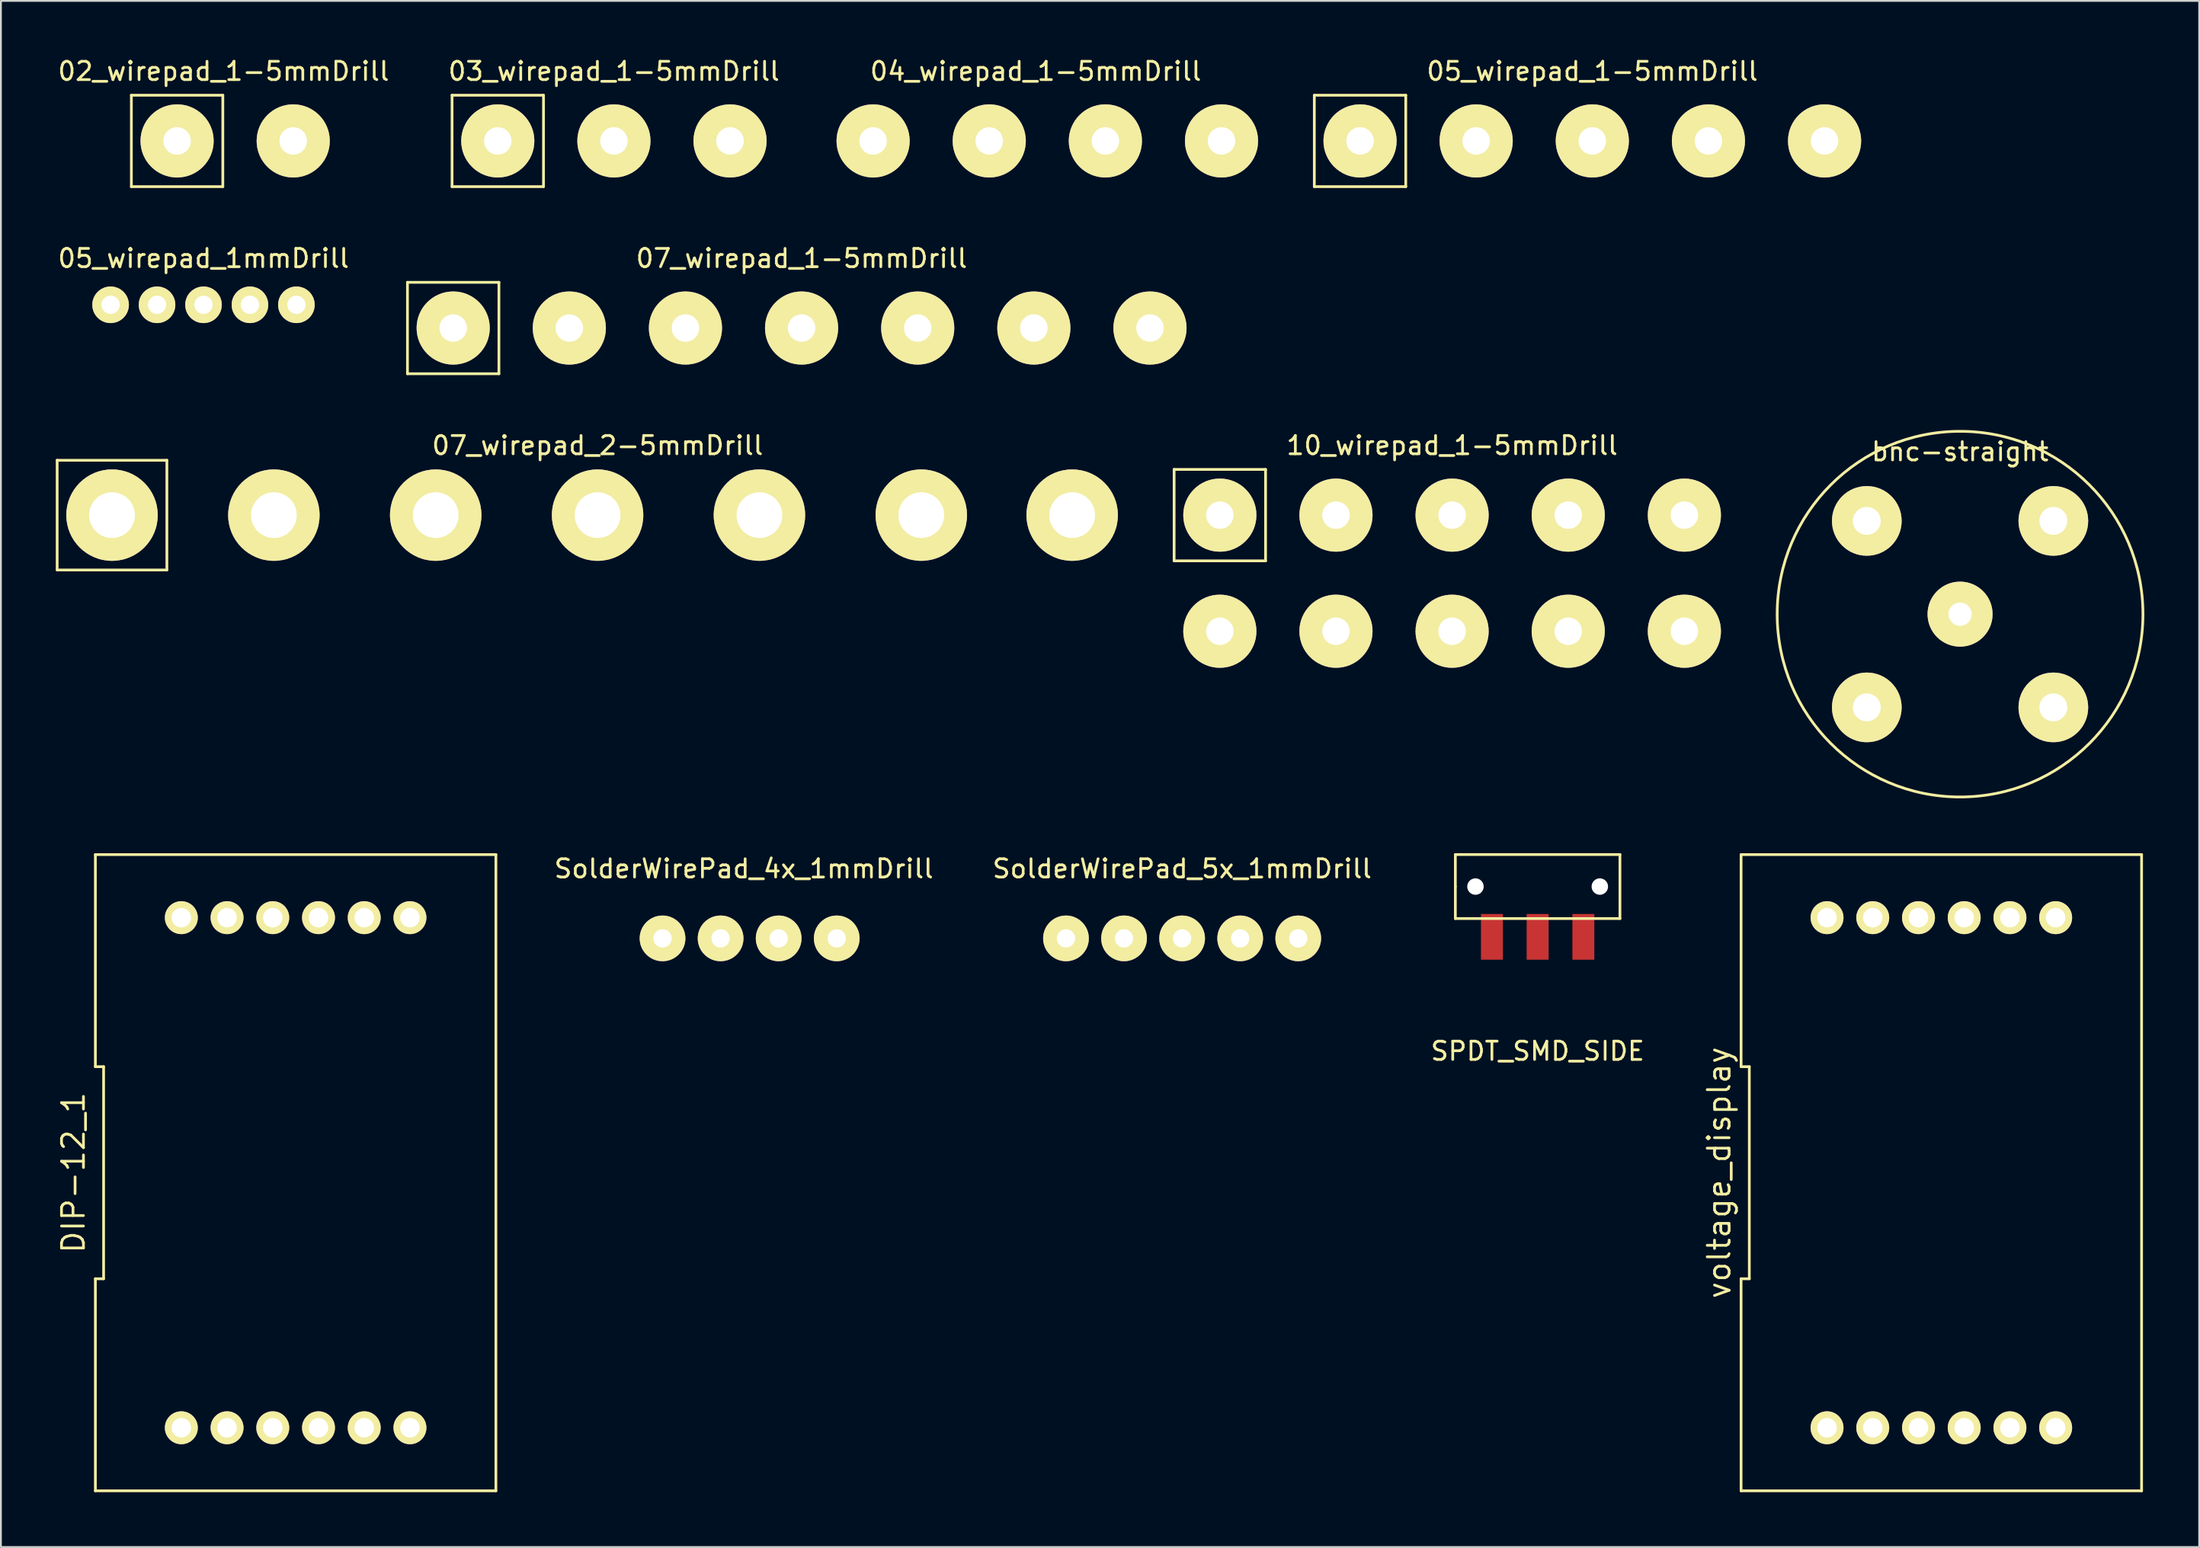
<source format=kicad_pcb>
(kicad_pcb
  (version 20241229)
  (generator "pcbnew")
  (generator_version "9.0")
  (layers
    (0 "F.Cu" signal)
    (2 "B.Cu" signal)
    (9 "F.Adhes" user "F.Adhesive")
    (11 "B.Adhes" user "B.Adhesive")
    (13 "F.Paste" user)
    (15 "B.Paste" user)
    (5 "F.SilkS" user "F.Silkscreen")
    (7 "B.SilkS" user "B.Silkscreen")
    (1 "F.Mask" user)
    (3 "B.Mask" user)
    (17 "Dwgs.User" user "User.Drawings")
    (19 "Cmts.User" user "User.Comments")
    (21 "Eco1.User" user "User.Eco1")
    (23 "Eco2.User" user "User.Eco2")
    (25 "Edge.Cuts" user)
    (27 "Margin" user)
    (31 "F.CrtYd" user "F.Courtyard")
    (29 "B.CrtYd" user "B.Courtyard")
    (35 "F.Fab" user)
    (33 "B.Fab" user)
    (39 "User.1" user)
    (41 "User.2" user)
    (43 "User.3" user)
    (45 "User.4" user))
  (footprint "SolderWirePad_4x_1mmDrill"
    (layer "F.Cu")
    (at 37.622 48.275)
    (property "Reference" "SolderWirePad_4x_1mmDrill" (at 0 -3.81 0) (layer "F.SilkS") (effects (font (size 1 1) (thickness 0.15))))
    (attr through_hole)
    (pad "1" thru_hole circle (at -4.445 0) (size 2.499 2.499) (drill 1.001) (layers "*.Cu" "*.Mask" "F.SilkS"))
    (pad "1" thru_hole circle (at -1.27 0) (size 2.499 2.499) (drill 1.001) (layers "*.Cu" "*.Mask" "F.SilkS"))
    (pad "1" thru_hole circle (at 1.905 0) (size 2.499 2.499) (drill 1.001) (layers "*.Cu" "*.Mask" "F.SilkS"))
    (pad "1" thru_hole circle (at 5.08 0) (size 2.499 2.499) (drill 1.001) (layers "*.Cu" "*.Mask" "F.SilkS")))
  (footprint "07_wirepad_1-5mmDrill"
    (layer "F.Cu")
    (at 21.73 14.892)
    (property "Reference" "07_wirepad_1-5mmDrill" (at 19.05 -3.81 0) (layer "F.SilkS") (effects (font (size 1 1) (thickness 0.15))))
    (attr through_hole)
    (fp_line (start -2.5 -2.5) (end 2.5 -2.5) (stroke (width 0.15) (type solid)) (layer "F.SilkS"))
    (fp_line (start -2.5 2.5) (end -2.5 -2.5) (stroke (width 0.15) (type solid)) (layer "F.SilkS"))
    (fp_line (start 2.5 -2.5) (end 2.5 2.5) (stroke (width 0.15) (type solid)) (layer "F.SilkS"))
    (fp_line (start 2.5 2.5) (end -2.5 2.5) (stroke (width 0.15) (type solid)) (layer "F.SilkS"))
    (pad "1" thru_hole circle (at 0 0) (size 4 4) (drill 1.501) (layers "*.Cu" "*.Mask" "F.SilkS"))
    (pad "2" thru_hole circle (at 6.35 0) (size 4 4) (drill 1.501) (layers "*.Cu" "*.Mask" "F.SilkS"))
    (pad "3" thru_hole circle (at 12.7 0) (size 4 4) (drill 1.501) (layers "*.Cu" "*.Mask" "F.SilkS"))
    (pad "4" thru_hole circle (at 19.05 0) (size 4 4) (drill 1.501) (layers "*.Cu" "*.Mask" "F.SilkS"))
    (pad "5" thru_hole circle (at 25.4 0) (size 4 4) (drill 1.501) (layers "*.Cu" "*.Mask" "F.SilkS"))
    (pad "6" thru_hole circle (at 31.75 0) (size 4 4) (drill 1.501) (layers "*.Cu" "*.Mask" "F.SilkS"))
    (pad "7" thru_hole circle (at 38.1 0) (size 4 4) (drill 1.501) (layers "*.Cu" "*.Mask" "F.SilkS")))
  (footprint "05_wirepad_1-5mmDrill"
    (layer "F.Cu")
    (at 71.316 4.658)
    (property "Reference" "05_wirepad_1-5mmDrill" (at 12.7 -3.81 0) (layer "F.SilkS") (effects (font (size 1 1) (thickness 0.15))))
    (attr through_hole)
    (fp_line (start -2.5 -2.5) (end 2.5 -2.5) (stroke (width 0.15) (type solid)) (layer "F.SilkS"))
    (fp_line (start -2.5 2.5) (end -2.5 -2.5) (stroke (width 0.15) (type solid)) (layer "F.SilkS"))
    (fp_line (start 2.5 -2.5) (end 2.5 2.5) (stroke (width 0.15) (type solid)) (layer "F.SilkS"))
    (fp_line (start 2.5 2.5) (end -2.5 2.5) (stroke (width 0.15) (type solid)) (layer "F.SilkS"))
    (pad "1" thru_hole circle (at 0 0) (size 4 4) (drill 1.501) (layers "*.Cu" "*.Mask" "F.SilkS"))
    (pad "2" thru_hole circle (at 6.35 0) (size 4 4) (drill 1.501) (layers "*.Cu" "*.Mask" "F.SilkS"))
    (pad "3" thru_hole circle (at 12.7 0) (size 4 4) (drill 1.501) (layers "*.Cu" "*.Mask" "F.SilkS"))
    (pad "4" thru_hole circle (at 19.05 0) (size 4 4) (drill 1.501) (layers "*.Cu" "*.Mask" "F.SilkS"))
    (pad "5" thru_hole circle (at 25.4 0) (size 4 4) (drill 1.501) (layers "*.Cu" "*.Mask" "F.SilkS")))
  (footprint "SPDT_SMD_SIDE"
    (layer "F.Cu")
    (at 81.027 45.441)
    (property "Reference" "SPDT_SMD_SIDE" (at 0 9 0) (layer "F.SilkS") (effects (font (size 1 1) (thickness 0.15))))
    (attr through_hole)
    (fp_line (start -4.5 -1.75) (end 4.5 -1.75) (stroke (width 0.15) (type solid)) (layer "F.SilkS"))
    (fp_line (start -4.5 0) (end -4.5 -1.75) (stroke (width 0.15) (type solid)) (layer "F.SilkS"))
    (fp_line (start -4.5 1.75) (end -4.5 0) (stroke (width 0.15) (type solid)) (layer "F.SilkS"))
    (fp_line (start 4.5 -1.75) (end 4.5 1.75) (stroke (width 0.15) (type solid)) (layer "F.SilkS"))
    (fp_line (start 4.5 1.75) (end -4.5 1.75) (stroke (width 0.15) (type solid)) (layer "F.SilkS"))
    (pad "" np_thru_hole circle (at -3.4 0) (size 0.9 0.9) (drill 0.9) (layers "*.Cu" "*.Mask"))
    (pad "" np_thru_hole circle (at 3.4 0) (size 0.9 0.9) (drill 0.9) (layers "*.Cu" "*.Mask"))
    (pad "1" smd rect (at -2.5 4) (size 1.2 2.5) (drill (offset 0 -1.25)) (layers "F.Cu" "F.Mask" "F.Paste"))
    (pad "2" smd rect (at 0 4) (size 1.2 2.5) (drill (offset 0 -1.25)) (layers "F.Cu" "F.Mask" "F.Paste"))
    (pad "3" smd rect (at 2.5 4) (size 1.2 2.5) (drill (offset 0 -1.25)) (layers "F.Cu" "F.Mask" "F.Paste")))
  (footprint "SolderWirePad_5x_1mmDrill"
    (layer "F.Cu")
    (at 61.587 48.275)
    (property "Reference" "SolderWirePad_5x_1mmDrill" (at 0 -3.81 0) (layer "F.SilkS") (effects (font (size 1 1) (thickness 0.15))))
    (attr through_hole)
    (pad "1" thru_hole circle (at -6.35 0) (size 2.499 2.499) (drill 1.001) (layers "*.Cu" "*.Mask" "F.SilkS"))
    (pad "1" thru_hole circle (at -3.175 0) (size 2.499 2.499) (drill 1.001) (layers "*.Cu" "*.Mask" "F.SilkS"))
    (pad "1" thru_hole circle (at 0 0) (size 2.499 2.499) (drill 1.001) (layers "*.Cu" "*.Mask" "F.SilkS"))
    (pad "1" thru_hole circle (at 3.175 0) (size 2.499 2.499) (drill 1.001) (layers "*.Cu" "*.Mask" "F.SilkS"))
    (pad "1" thru_hole circle (at 6.35 0) (size 2.499 2.499) (drill 1.001) (layers "*.Cu" "*.Mask" "F.SilkS")))
  (footprint "05_wirepad_1mmDrill"
    (layer "F.Cu")
    (at 2.997 13.621)
    (property "Reference" "05_wirepad_1mmDrill" (at 5.08 -2.54 0) (layer "F.SilkS") (effects (font (size 1 1) (thickness 0.15))))
    (attr through_hole)
    (pad "1" thru_hole circle (at 0 0) (size 2 2) (drill 1) (layers "*.Cu" "*.Mask" "F.SilkS"))
    (pad "2" thru_hole circle (at 2.54 0) (size 2 2) (drill 1) (layers "*.Cu" "*.Mask" "F.SilkS"))
    (pad "3" thru_hole circle (at 5.08 0) (size 2 2) (drill 1) (layers "*.Cu" "*.Mask" "F.SilkS"))
    (pad "4" thru_hole circle (at 7.62 0) (size 2 2) (drill 1) (layers "*.Cu" "*.Mask" "F.SilkS"))
    (pad "5" thru_hole circle (at 10.16 0) (size 2 2) (drill 1) (layers "*.Cu" "*.Mask" "F.SilkS")))
  (footprint "10_wirepad_1-5mmDrill"
    (layer "F.Cu")
    (at 63.65 25.125)
    (property "Reference" "10_wirepad_1-5mmDrill" (at 12.7 -3.81 0) (layer "F.SilkS") (effects (font (size 1 1) (thickness 0.15))))
    (attr through_hole)
    (fp_line (start -2.5 -2.5) (end -2.5 2.5) (stroke (width 0.15) (type solid)) (layer "F.SilkS"))
    (fp_line (start -2.5 2.5) (end 2.5 2.5) (stroke (width 0.15) (type solid)) (layer "F.SilkS"))
    (fp_line (start 2.5 -2.5) (end -2.5 -2.5) (stroke (width 0.15) (type solid)) (layer "F.SilkS"))
    (fp_line (start 2.5 2.5) (end 2.5 -2.5) (stroke (width 0.15) (type solid)) (layer "F.SilkS"))
    (pad "1" thru_hole circle (at 0 0) (size 4 4) (drill 1.501) (layers "*.Cu" "*.Mask" "F.SilkS"))
    (pad "2" thru_hole circle (at 6.35 0) (size 4 4) (drill 1.501) (layers "*.Cu" "*.Mask" "F.SilkS"))
    (pad "3" thru_hole circle (at 12.7 0) (size 4 4) (drill 1.501) (layers "*.Cu" "*.Mask" "F.SilkS"))
    (pad "4" thru_hole circle (at 19.05 0) (size 4 4) (drill 1.501) (layers "*.Cu" "*.Mask" "F.SilkS"))
    (pad "5" thru_hole circle (at 25.4 0) (size 4 4) (drill 1.501) (layers "*.Cu" "*.Mask" "F.SilkS"))
    (pad "6" thru_hole circle (at 0 6.35) (size 4 4) (drill 1.501) (layers "*.Cu" "*.Mask" "F.SilkS"))
    (pad "7" thru_hole circle (at 6.35 6.35) (size 4 4) (drill 1.501) (layers "*.Cu" "*.Mask" "F.SilkS"))
    (pad "8" thru_hole circle (at 12.7 6.35) (size 4 4) (drill 1.501) (layers "*.Cu" "*.Mask" "F.SilkS"))
    (pad "9" thru_hole circle (at 19.05 6.35) (size 4 4) (drill 1.501) (layers "*.Cu" "*.Mask" "F.SilkS"))
    (pad "10" thru_hole circle (at 25.4 6.35) (size 4 4) (drill 1.501) (layers "*.Cu" "*.Mask" "F.SilkS")))
  (footprint "02_wirepad_1-5mmDrill"
    (layer "F.Cu")
    (at 6.633 4.658)
    (property "Reference" "02_wirepad_1-5mmDrill" (at 2.54 -3.81 0) (layer "F.SilkS") (effects (font (size 1 1) (thickness 0.15))))
    (attr through_hole)
    (fp_line (start -2.5 -2.5) (end 2.5 -2.5) (stroke (width 0.15) (type solid)) (layer "F.SilkS"))
    (fp_line (start -2.5 2.5) (end -2.5 -2.5) (stroke (width 0.15) (type solid)) (layer "F.SilkS"))
    (fp_line (start 2.5 -2.5) (end 2.5 2.5) (stroke (width 0.15) (type solid)) (layer "F.SilkS"))
    (fp_line (start 2.5 2.5) (end -2.5 2.5) (stroke (width 0.15) (type solid)) (layer "F.SilkS"))
    (pad "1" thru_hole circle (at 0 0) (size 4 4) (drill 1.501) (layers "*.Cu" "*.Mask" "F.SilkS"))
    (pad "2" thru_hole circle (at 6.35 0) (size 4 4) (drill 1.501) (layers "*.Cu" "*.Mask" "F.SilkS")))
  (footprint "voltage_display"
    (layer "F.Cu")
    (at 103.101 61.092)
    (property "Reference" "voltage_display" (at -12.15 0 90) (layer "F.SilkS") (effects (font (size 1.2 1.2) (thickness 0.15))))
    (attr through_hole)
    (fp_line (start -10.95 -5.8) (end -10.5 -5.8) (stroke (width 0.15) (type solid)) (layer "F.SilkS"))
    (fp_line (start -10.95 5.8) (end -10.95 17.4) (stroke (width 0.15) (type solid)) (layer "F.SilkS"))
    (fp_line (start -10.95 17.4) (end 10.95 17.4) (stroke (width 0.15) (type solid)) (layer "F.SilkS"))
    (fp_line (start -10.95 -17.4) (end -10.95 -5.8) (stroke (width 0.15) (type solid)) (layer "F.SilkS"))
    (fp_line (start -10.5 -5.8) (end -10.5 5.8) (stroke (width 0.15) (type solid)) (layer "F.SilkS"))
    (fp_line (start -10.5 5.8) (end -10.95 5.8) (stroke (width 0.15) (type solid)) (layer "F.SilkS"))
    (fp_line (start 10.95 17.4) (end 10.95 -17.4) (stroke (width 0.15) (type solid)) (layer "F.SilkS"))
    (fp_line (start 10.95 -17.4) (end -10.95 -17.4) (stroke (width 0.15) (type solid)) (layer "F.SilkS"))
    (pad "1" thru_hole circle (at -6.25 13.95) (size 1.8 1.8) (drill 1.067) (layers "*.Cu" "*.Mask" "F.SilkS"))
    (pad "2" thru_hole circle (at -3.75 13.95) (size 1.8 1.8) (drill 1.067) (layers "*.Cu" "*.Mask" "F.SilkS"))
    (pad "3" thru_hole circle (at -1.25 13.95) (size 1.8 1.8) (drill 1.067) (layers "*.Cu" "*.Mask" "F.SilkS"))
    (pad "4" thru_hole circle (at 1.25 13.95) (size 1.8 1.8) (drill 1.067) (layers "*.Cu" "*.Mask" "F.SilkS"))
    (pad "5" thru_hole circle (at 3.75 13.95) (size 1.8 1.8) (drill 1.067) (layers "*.Cu" "*.Mask" "F.SilkS"))
    (pad "6" thru_hole circle (at 6.25 13.95) (size 1.8 1.8) (drill 1.067) (layers "*.Cu" "*.Mask" "F.SilkS"))
    (pad "7" thru_hole circle (at 6.25 -13.95) (size 1.8 1.8) (drill 1.067) (layers "*.Cu" "*.Mask" "F.SilkS"))
    (pad "8" thru_hole circle (at 3.75 -13.95) (size 1.8 1.8) (drill 1.067) (layers "*.Cu" "*.Mask" "F.SilkS"))
    (pad "9" thru_hole circle (at 1.25 -13.95) (size 1.8 1.8) (drill 1.067) (layers "*.Cu" "*.Mask" "F.SilkS"))
    (pad "10" thru_hole circle (at -1.25 -13.95) (size 1.8 1.8) (drill 1.067) (layers "*.Cu" "*.Mask" "F.SilkS"))
    (pad "11" thru_hole circle (at -3.75 -13.95) (size 1.8 1.8) (drill 1.067) (layers "*.Cu" "*.Mask" "F.SilkS"))
    (pad "12" thru_hole circle (at -6.25 -13.95) (size 1.8 1.8) (drill 1.067) (layers "*.Cu" "*.Mask" "F.SilkS")))
  (footprint "07_wirepad_2-5mmDrill"
    (layer "F.Cu")
    (at 3.075 25.125)
    (property "Reference" "07_wirepad_2-5mmDrill" (at 26.55 -3.81 0) (layer "F.SilkS") (effects (font (size 1 1) (thickness 0.15))))
    (attr through_hole)
    (fp_line (start -3 -3) (end 3 -3) (stroke (width 0.15) (type solid)) (layer "F.SilkS"))
    (fp_line (start -3 3) (end -3 -3) (stroke (width 0.15) (type solid)) (layer "F.SilkS"))
    (fp_line (start 3 -3) (end 3 3) (stroke (width 0.15) (type solid)) (layer "F.SilkS"))
    (fp_line (start 3 3) (end -3 3) (stroke (width 0.15) (type solid)) (layer "F.SilkS"))
    (pad "1" thru_hole circle (at 0 0) (size 5 5) (drill 2.5) (layers "*.Cu" "*.Mask" "F.SilkS"))
    (pad "2" thru_hole circle (at 8.85 0) (size 5 5) (drill 2.5) (layers "*.Cu" "*.Mask" "F.SilkS"))
    (pad "3" thru_hole circle (at 17.7 0) (size 5 5) (drill 2.5) (layers "*.Cu" "*.Mask" "F.SilkS"))
    (pad "4" thru_hole circle (at 26.55 0) (size 5 5) (drill 2.5) (layers "*.Cu" "*.Mask" "F.SilkS"))
    (pad "5" thru_hole circle (at 35.4 0) (size 5 5) (drill 2.5) (layers "*.Cu" "*.Mask" "F.SilkS"))
    (pad "6" thru_hole circle (at 44.25 0) (size 5 5) (drill 2.5) (layers "*.Cu" "*.Mask" "F.SilkS"))
    (pad "7" thru_hole circle (at 52.5 0) (size 5 5) (drill 2.5) (layers "*.Cu" "*.Mask" "F.SilkS")))
  (footprint "DIP-12_1"
    (layer "F.Cu")
    (at 13.115 61.092)
    (property "Reference" "DIP-12_1" (at -12.15 0 90) (layer "F.SilkS") (effects (font (size 1.2 1.2) (thickness 0.15))))
    (attr through_hole)
    (fp_line (start -10.95 -5.8) (end -10.5 -5.8) (stroke (width 0.15) (type solid)) (layer "F.SilkS"))
    (fp_line (start -10.95 5.8) (end -10.95 17.4) (stroke (width 0.15) (type solid)) (layer "F.SilkS"))
    (fp_line (start -10.95 17.4) (end 10.95 17.4) (stroke (width 0.15) (type solid)) (layer "F.SilkS"))
    (fp_line (start -10.95 -17.4) (end -10.95 -5.8) (stroke (width 0.15) (type solid)) (layer "F.SilkS"))
    (fp_line (start -10.5 -5.8) (end -10.5 5.8) (stroke (width 0.15) (type solid)) (layer "F.SilkS"))
    (fp_line (start -10.5 5.8) (end -10.95 5.8) (stroke (width 0.15) (type solid)) (layer "F.SilkS"))
    (fp_line (start 10.95 17.4) (end 10.95 -17.4) (stroke (width 0.15) (type solid)) (layer "F.SilkS"))
    (fp_line (start 10.95 -17.4) (end -10.95 -17.4) (stroke (width 0.15) (type solid)) (layer "F.SilkS"))
    (pad "1" thru_hole circle (at -6.25 13.95) (size 1.8 1.8) (drill 1.067) (layers "*.Cu" "*.Mask" "F.SilkS"))
    (pad "2" thru_hole circle (at -3.75 13.95) (size 1.8 1.8) (drill 1.067) (layers "*.Cu" "*.Mask" "F.SilkS"))
    (pad "3" thru_hole circle (at -1.25 13.95) (size 1.8 1.8) (drill 1.067) (layers "*.Cu" "*.Mask" "F.SilkS"))
    (pad "4" thru_hole circle (at 1.25 13.95) (size 1.8 1.8) (drill 1.067) (layers "*.Cu" "*.Mask" "F.SilkS"))
    (pad "5" thru_hole circle (at 3.75 13.95) (size 1.8 1.8) (drill 1.067) (layers "*.Cu" "*.Mask" "F.SilkS"))
    (pad "6" thru_hole circle (at 6.25 13.95) (size 1.8 1.8) (drill 1.067) (layers "*.Cu" "*.Mask" "F.SilkS"))
    (pad "7" thru_hole circle (at 6.25 -13.95) (size 1.8 1.8) (drill 1.067) (layers "*.Cu" "*.Mask" "F.SilkS"))
    (pad "8" thru_hole circle (at 3.75 -13.95) (size 1.8 1.8) (drill 1.067) (layers "*.Cu" "*.Mask" "F.SilkS"))
    (pad "9" thru_hole circle (at 1.25 -13.95) (size 1.8 1.8) (drill 1.067) (layers "*.Cu" "*.Mask" "F.SilkS"))
    (pad "10" thru_hole circle (at -1.25 -13.95) (size 1.8 1.8) (drill 1.067) (layers "*.Cu" "*.Mask" "F.SilkS"))
    (pad "11" thru_hole circle (at -3.75 -13.95) (size 1.8 1.8) (drill 1.067) (layers "*.Cu" "*.Mask" "F.SilkS"))
    (pad "12" thru_hole circle (at -6.25 -13.95) (size 1.8 1.8) (drill 1.067) (layers "*.Cu" "*.Mask" "F.SilkS")))
  (footprint "04_wirepad_1-5mmDrill"
    (layer "F.Cu")
    (at 44.691 4.658)
    (property "Reference" "04_wirepad_1-5mmDrill" (at 8.89 -3.81 0) (layer "F.SilkS") (effects (font (size 1 1) (thickness 0.15))))
    (attr through_hole)
    (pad "1" thru_hole circle (at 0 0) (size 4 4) (drill 1.501) (layers "*.Cu" "*.Mask" "F.SilkS"))
    (pad "2" thru_hole circle (at 6.35 0) (size 4 4) (drill 1.501) (layers "*.Cu" "*.Mask" "F.SilkS"))
    (pad "3" thru_hole circle (at 12.7 0) (size 4 4) (drill 1.501) (layers "*.Cu" "*.Mask" "F.SilkS"))
    (pad "4" thru_hole circle (at 19.05 0) (size 4 4) (drill 1.501) (layers "*.Cu" "*.Mask" "F.SilkS")))
  (footprint "03_wirepad_1-5mmDrill"
    (layer "F.Cu")
    (at 24.168 4.658)
    (property "Reference" "03_wirepad_1-5mmDrill" (at 6.35 -3.81 0) (layer "F.SilkS") (effects (font (size 1 1) (thickness 0.15))))
    (attr through_hole)
    (fp_line (start -2.5 -2.5) (end 2.5 -2.5) (stroke (width 0.15) (type solid)) (layer "F.SilkS"))
    (fp_line (start -2.5 2.5) (end -2.5 -2.5) (stroke (width 0.15) (type solid)) (layer "F.SilkS"))
    (fp_line (start 2.5 -2.5) (end 2.5 2.5) (stroke (width 0.15) (type solid)) (layer "F.SilkS"))
    (fp_line (start 2.5 2.5) (end -2.5 2.5) (stroke (width 0.15) (type solid)) (layer "F.SilkS"))
    (pad "1" thru_hole circle (at 0 0) (size 4 4) (drill 1.501) (layers "*.Cu" "*.Mask" "F.SilkS"))
    (pad "2" thru_hole circle (at 6.35 0) (size 4 4) (drill 1.501) (layers "*.Cu" "*.Mask" "F.SilkS"))
    (pad "3" thru_hole circle (at 12.7 0) (size 4 4) (drill 1.501) (layers "*.Cu" "*.Mask" "F.SilkS")))
  (footprint "bnc-straight"
    (layer "F.Cu")
    (at 104.125 30.541)
    (property "Reference" "bnc-straight" (at 0 -8.89 0) (layer "F.SilkS") (effects (font (size 1 1) (thickness 0.15))))
    (attr through_hole)
    (fp_circle (center 0 0) (end -10 0) (stroke (width 0.15) (type solid)) (fill no) (layer "F.SilkS"))
    (pad "1" thru_hole circle (at 0 0) (size 3.556 3.556) (drill 1.27) (layers "*.Cu" "*.Mask" "F.SilkS"))
    (pad "2" thru_hole circle (at -5.1 -5.1) (size 3.81 3.81) (drill 1.524) (layers "*.Cu" "*.Mask" "F.SilkS"))
    (pad "2" thru_hole circle (at -5.1 5.1) (size 3.81 3.81) (drill 1.524) (layers "*.Cu" "*.Mask" "F.SilkS"))
    (pad "2" thru_hole circle (at 5.1 -5.1) (size 3.81 3.81) (drill 1.524) (layers "*.Cu" "*.Mask" "F.SilkS"))
    (pad "2" thru_hole circle (at 5.1 5.1) (size 3.81 3.81) (drill 1.524) (layers "*.Cu" "*.Mask" "F.SilkS")))
  (gr_rect
    (start -3 -3)
    (end 117.2 81.567)
    (stroke (width 0.1) (type default))
    (fill no)
    (layer "Edge.Cuts")))
</source>
